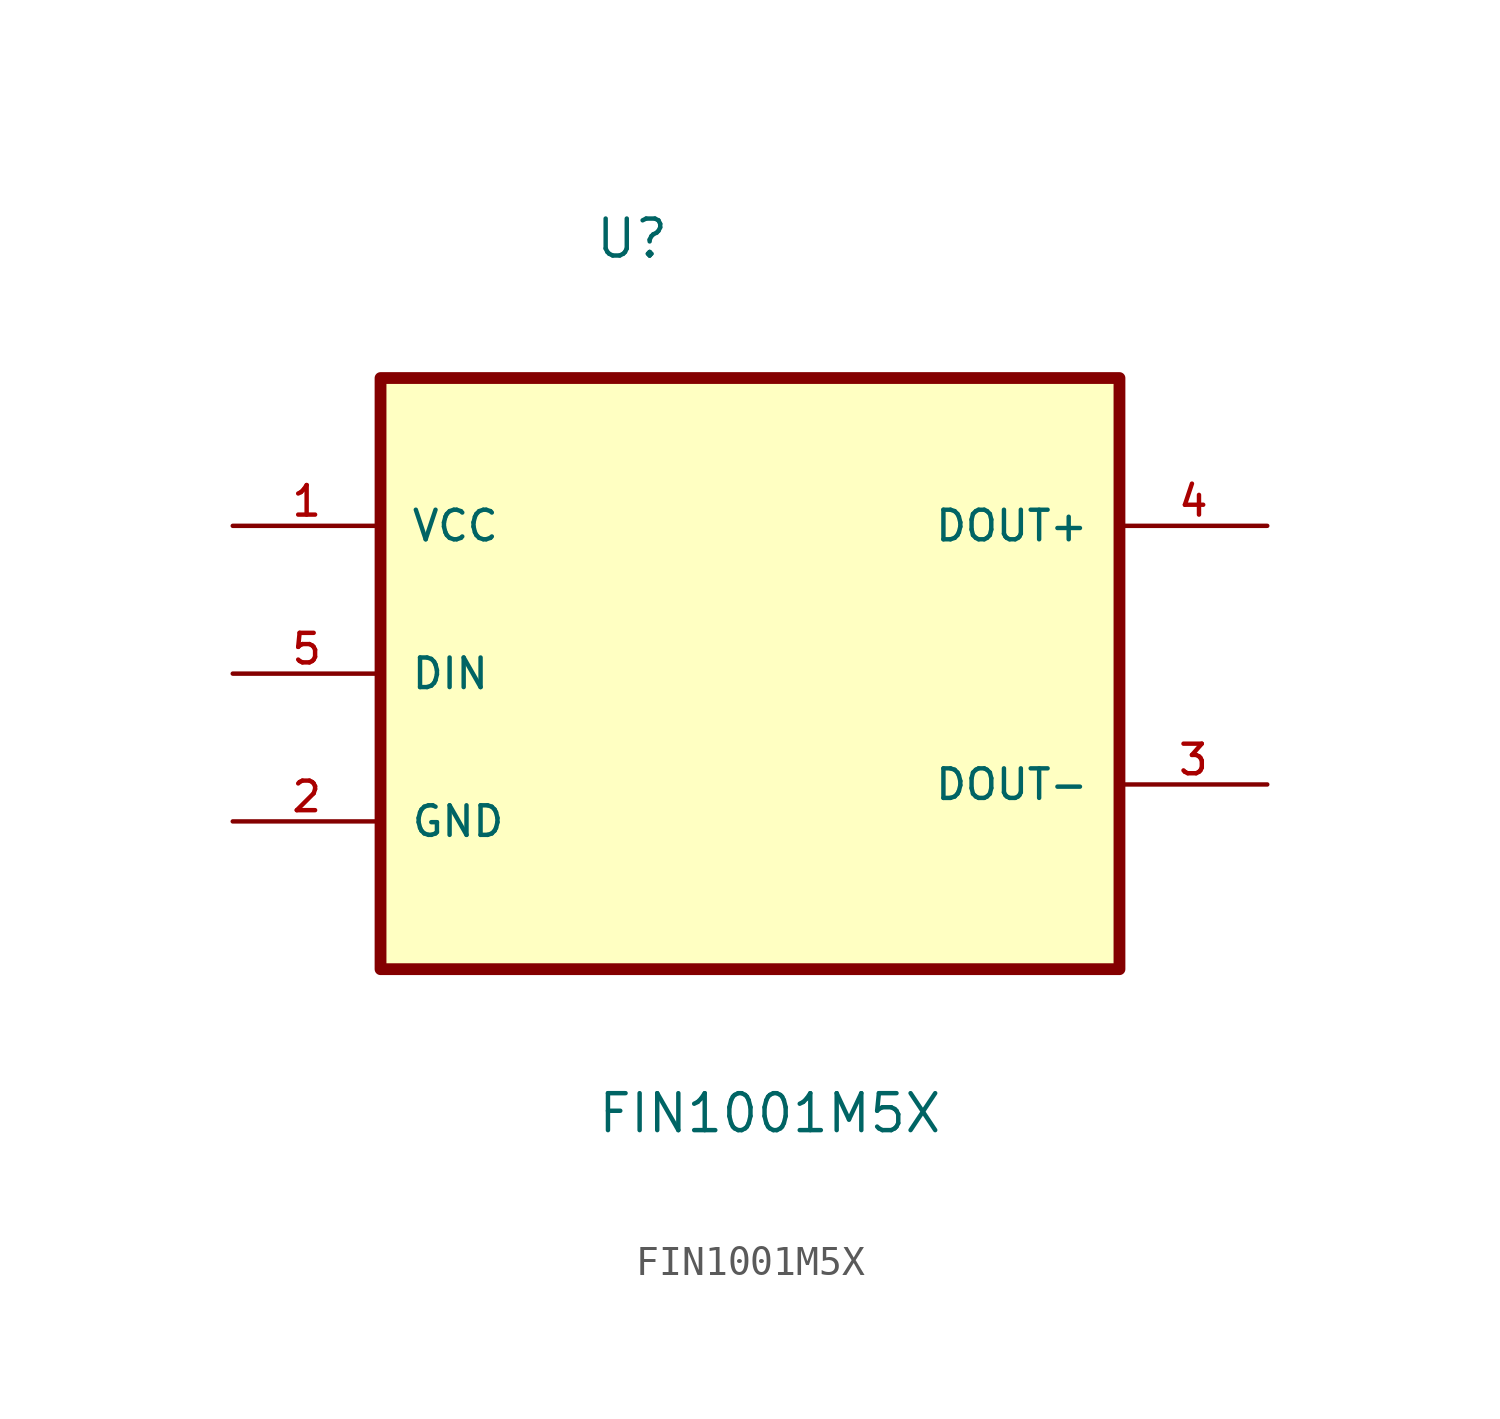
<source format=kicad_sym>
(kicad_symbol_lib
  (version 20241209)
  (generator "kicad_symbol_editor")
  (generator_version "9.0")
  (symbol "FIN1001M5X"
    (pin_names
      (offset 1.016))
    (property "Reference" "U"
      (at -5.364 11.669 0)
      (effects (font (size 1.27 1.27)) (justify left bottom)))
    (property "Value" "FIN1001M5X"
      (at -5.285 -18.395 0)
      (effects (font (size 1.27 1.27)) (justify left bottom)))
    (symbol "FIN1001M5X_0_0"
      (rectangle (start -12.7 -12.7) (end 12.7 7.62) (stroke (width 0.406) (type default)) (fill (type background)))
      (pin power_in line (at -17.78 2.54 0) (length 5.08) (name "VCC" (effects (font (size 1.016 1.016)))) (number "1" (effects (font (size 1.016 1.016)))))
      (pin input line (at -17.78 -2.54 0) (length 5.08) (name "DIN" (effects (font (size 1.016 1.016)))) (number "5" (effects (font (size 1.016 1.016)))))
      (pin passive line (at -17.78 -7.62 0) (length 5.08) (name "GND" (effects (font (size 1.016 1.016)))) (number "2" (effects (font (size 1.016 1.016)))))
      (pin output line (at 17.78 2.54 180) (length 5.08) (name "DOUT+" (effects (font (size 1.016 1.016)))) (number "4" (effects (font (size 1.016 1.016)))))
      (pin output line (at 17.78 -6.35 180) (length 5.08) (name "DOUT-" (effects (font (size 1.016 1.016)))) (number "3" (effects (font (size 1.016 1.016))))))))
</source>
